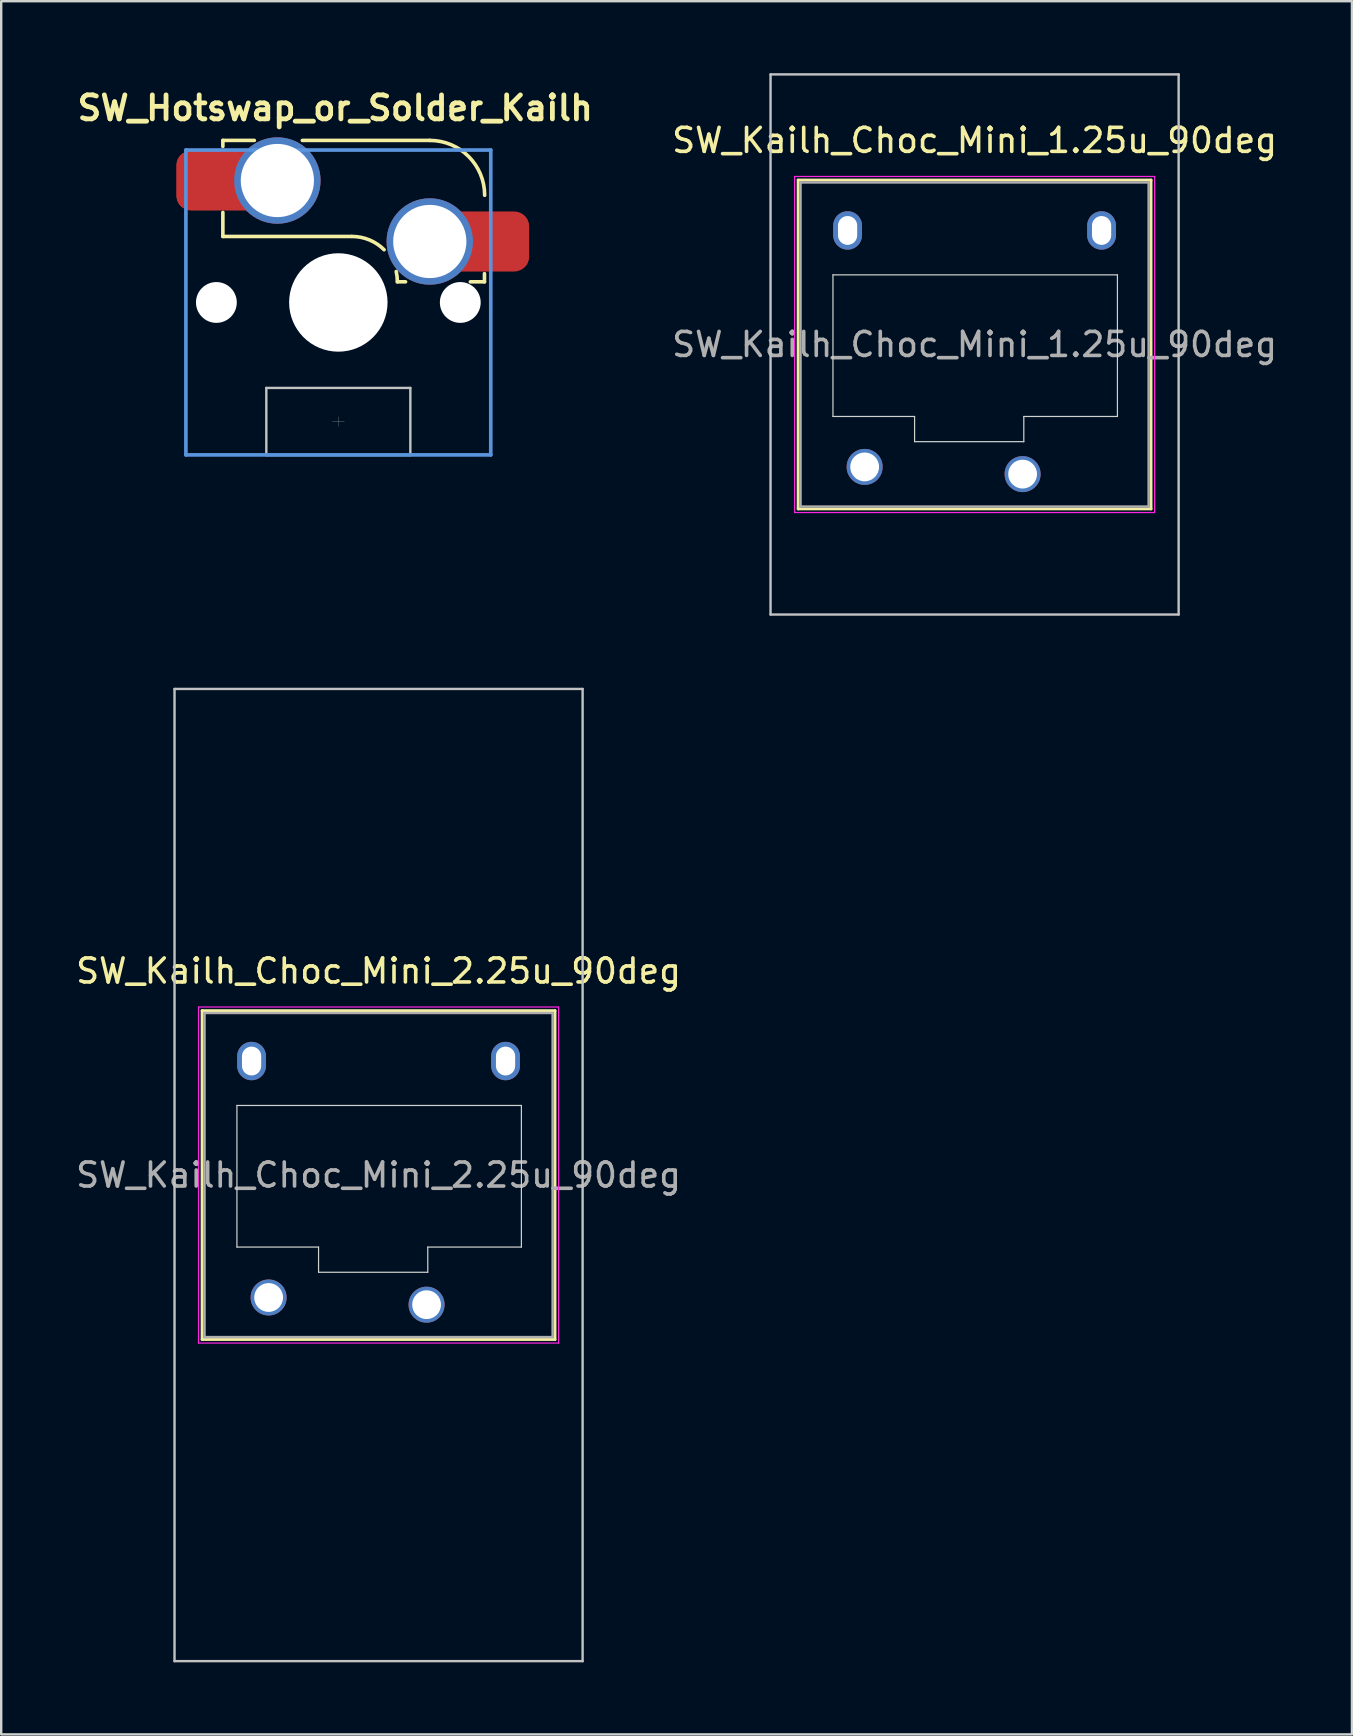
<source format=kicad_pcb>
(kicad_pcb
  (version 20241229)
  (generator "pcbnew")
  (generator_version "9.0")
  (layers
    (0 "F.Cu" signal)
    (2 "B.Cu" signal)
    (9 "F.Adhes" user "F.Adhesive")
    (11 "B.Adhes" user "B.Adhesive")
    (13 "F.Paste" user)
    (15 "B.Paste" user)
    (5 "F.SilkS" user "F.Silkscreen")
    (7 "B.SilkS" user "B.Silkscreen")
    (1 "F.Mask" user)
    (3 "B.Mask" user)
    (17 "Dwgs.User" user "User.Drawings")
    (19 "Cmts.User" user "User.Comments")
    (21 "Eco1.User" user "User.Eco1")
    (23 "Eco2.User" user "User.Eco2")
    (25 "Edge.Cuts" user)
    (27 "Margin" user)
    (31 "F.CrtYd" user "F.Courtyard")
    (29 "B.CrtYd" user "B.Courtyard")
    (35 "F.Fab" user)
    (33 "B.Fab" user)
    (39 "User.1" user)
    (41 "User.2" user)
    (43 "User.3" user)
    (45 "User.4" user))
  (footprint "SW_Hotswap_or_Solder_Kailh"
    (layer "F.Cu")
    (at 11.044 9.55)
    (property "Reference" "SW_Hotswap_or_Solder_Kailh" (at -0.13 -8.1 0) (layer "F.SilkS") (effects (font (size 1 1) (thickness 0.2))))
    (attr smd)
    (fp_line (start -4.81 -6.75) (end -4.81 -6.5) (stroke (width 0.15) (type solid)) (layer "F.SilkS"))
    (fp_line (start -4.81 -6.75) (end -3.5 -6.75) (stroke (width 0.15) (type solid)) (layer "F.SilkS"))
    (fp_line (start -4.81 -3.75) (end -4.81 -2.75) (stroke (width 0.15) (type solid)) (layer "F.SilkS"))
    (fp_line (start -4.81 -2.75) (end 0.55 -2.75) (stroke (width 0.15) (type solid)) (layer "F.SilkS"))
    (fp_line (start -1.5 -6.75) (end 3.81 -6.75) (stroke (width 0.15) (type solid)) (layer "F.SilkS"))
    (fp_line (start 2.8 -0.86) (end 2.46 -0.86) (stroke (width 0.15) (type solid)) (layer "F.SilkS"))
    (fp_line (start 6.088 -1.2) (end 6.088 -0.86) (stroke (width 0.15) (type solid)) (layer "F.SilkS"))
    (fp_line (start 6.088 -0.86) (end 5.5 -0.86) (stroke (width 0.15) (type solid)) (layer "F.SilkS"))
    (fp_arc (start 0.57 -2.75) (mid 1.293272 -2.606132) (end 1.906432 -2.196432) (stroke (width 0.15) (type solid)) (layer "F.SilkS"))
    (fp_arc (start 2.412003 -1.288719) (mid 2.447963 -1.075699) (end 2.46 -0.86) (stroke (width 0.15) (type solid)) (layer "F.SilkS"))
    (fp_arc (start 3.81 -6.751) (mid 5.426446 -6.081446) (end 6.096 -4.465) (stroke (width 0.15) (type solid)) (layer "F.SilkS"))
    (fp_line (start -9.55 0) (end -9.5 -0.1) (stroke (width 0.001) (type solid)) (layer "Dwgs.User"))
    (fp_line (start -9.55 0) (end -9.5 0.1) (stroke (width 0.001) (type solid)) (layer "Dwgs.User"))
    (fp_line (start -9.5 -9.5) (end 9.5 -9.5) (stroke (width 0.001) (type solid)) (layer "Dwgs.User"))
    (fp_line (start -9.5 0) (end -9.55 0) (stroke (width 0.001) (type solid)) (layer "Dwgs.User"))
    (fp_line (start -9.5 9.5) (end -9.5 -9.5) (stroke (width 0.001) (type solid)) (layer "Dwgs.User"))
    (fp_line (start -3 3.56) (end -3 6.36) (stroke (width 0.1) (type solid)) (layer "Dwgs.User"))
    (fp_line (start -3 3.56) (end 3 3.56) (stroke (width 0.1) (type solid)) (layer "Dwgs.User"))
    (fp_line (start -0.25 4.96) (end 0.25 4.96) (stroke (width 0.01) (type solid)) (layer "Dwgs.User"))
    (fp_line (start 0 -9.55) (end -0.1 -9.5) (stroke (width 0.001) (type solid)) (layer "Dwgs.User"))
    (fp_line (start 0 -9.55) (end 0.1 -9.5) (stroke (width 0.001) (type solid)) (layer "Dwgs.User"))
    (fp_line (start 0 -9.5) (end 0 -9.55) (stroke (width 0.001) (type solid)) (layer "Dwgs.User"))
    (fp_line (start 0 5.16) (end 0 4.76) (stroke (width 0.01) (type solid)) (layer "Dwgs.User"))
    (fp_line (start 0 9.5) (end 0 9.55) (stroke (width 0.001) (type solid)) (layer "Dwgs.User"))
    (fp_line (start 0 9.55) (end -0.1 9.5) (stroke (width 0.001) (type solid)) (layer "Dwgs.User"))
    (fp_line (start 0 9.55) (end 0.1 9.5) (stroke (width 0.001) (type solid)) (layer "Dwgs.User"))
    (fp_line (start 3 3.56) (end 3 6.36) (stroke (width 0.1) (type solid)) (layer "Dwgs.User"))
    (fp_line (start 3 6.36) (end -3 6.36) (stroke (width 0.1) (type solid)) (layer "Dwgs.User"))
    (fp_line (start 9.5 -9.5) (end 9.5 9.5) (stroke (width 0.001) (type solid)) (layer "Dwgs.User"))
    (fp_line (start 9.5 0) (end 9.55 0) (stroke (width 0.001) (type solid)) (layer "Dwgs.User"))
    (fp_line (start 9.5 9.5) (end -9.5 9.5) (stroke (width 0.001) (type solid)) (layer "Dwgs.User"))
    (fp_line (start 9.55 0) (end 9.5 -0.1) (stroke (width 0.001) (type solid)) (layer "Dwgs.User"))
    (fp_line (start 9.55 0) (end 9.5 0.1) (stroke (width 0.001) (type solid)) (layer "Dwgs.User"))
    (fp_line (start -6.35 -6.35) (end 6.35 -6.35) (stroke (width 0.152) (type solid)) (layer "Cmts.User"))
    (fp_line (start -6.35 6.35) (end -6.35 -6.35) (stroke (width 0.152) (type solid)) (layer "Cmts.User"))
    (fp_line (start 0 1) (end 0 -1) (stroke (width 0.001) (type solid)) (layer "Cmts.User"))
    (fp_line (start 1 0) (end -1 0) (stroke (width 0.001) (type solid)) (layer "Cmts.User"))
    (fp_line (start 6.35 -6.35) (end 6.35 6.35) (stroke (width 0.152) (type solid)) (layer "Cmts.User"))
    (fp_line (start 6.35 6.35) (end -6.35 6.35) (stroke (width 0.152) (type solid)) (layer "Cmts.User"))
    (fp_line (start -7.8 -6.985) (end 7.8 -6.985) (stroke (width 0.152) (type solid)) (layer "Eco1.User"))
    (fp_line (start -7.8 6.985) (end -7.8 -6.985) (stroke (width 0.152) (type solid)) (layer "Eco1.User"))
    (fp_line (start 7.8 -6.985) (end 7.8 6.985) (stroke (width 0.152) (type solid)) (layer "Eco1.User"))
    (fp_line (start 7.8 6.985) (end -7.8 6.985) (stroke (width 0.152) (type solid)) (layer "Eco1.User"))
    (fp_line (start -7 -7) (end 7 -7) (stroke (width 0.01) (type solid)) (layer "Eco2.User"))
    (fp_line (start -7 7) (end -7 -7) (stroke (width 0.01) (type solid)) (layer "Eco2.User"))
    (fp_line (start 7 -7) (end 7 7) (stroke (width 0.01) (type solid)) (layer "Eco2.User"))
    (fp_line (start 7 7) (end -7 7) (stroke (width 0.01) (type solid)) (layer "Eco2.User"))
    (pad "" np_thru_hole circle (at -5.08 0) (size 1.7 1.7) (drill 1.7) (layers "*.Cu" "*.Mask"))
    (pad "" np_thru_hole circle (at 0 0) (size 4.1 4.1) (drill 4.1) (layers "*.Cu" "*.Mask"))
    (pad "" np_thru_hole circle (at 5.08 0) (size 1.7 1.7) (drill 1.7) (layers "*.Cu" "*.Mask"))
    (pad "1" smd roundrect (at -5.7 -5.075) (size 2.05 2.4) (layers "F.Cu" "F.Mask" "F.Paste") (roundrect_rratio 0.25))
    (pad "1" smd roundrect (at -5 -5.08) (size 3.5 2.5) (layers "F.Cu") (roundrect_rratio 0.25))
    (pad "1" thru_hole circle (at -2.54 -5.08) (size 3.6 3.6) (drill 3.05) (layers "*.Cu" "F.Mask"))
    (pad "2" thru_hole circle (at 3.81 -2.54) (size 3.6 3.6) (drill 3.05) (layers "*.Cu" "F.Mask"))
    (pad "2" smd roundrect (at 6.2 -2.54) (size 3.5 2.5) (layers "F.Cu") (roundrect_rratio 0.25))
    (pad "2" smd roundrect (at 6.9 -2.54) (size 2.05 2.4) (layers "F.Cu" "F.Mask" "F.Paste") (roundrect_rratio 0.25)))
  (footprint "SW_Kailh_Choc_Mini_1.25u_90deg"
    (layer "F.Cu")
    (at 37.549 11.3)
    (property "Reference" "SW_Kailh_Choc_Mini_1.25u_90deg" (at 0 -8.5 0) (layer "F.SilkS") (effects (font (size 1 1) (thickness 0.15))))
    (attr through_hole)
    (fp_line (start -7.35 -6.85) (end -7.35 6.85) (stroke (width 0.12) (type solid)) (layer "F.SilkS"))
    (fp_line (start -7.35 6.85) (end 7.35 6.85) (stroke (width 0.12) (type solid)) (layer "F.SilkS"))
    (fp_line (start 7.35 -6.85) (end -7.35 -6.85) (stroke (width 0.12) (type solid)) (layer "F.SilkS"))
    (fp_line (start 7.35 6.85) (end 7.35 -6.85) (stroke (width 0.12) (type solid)) (layer "F.SilkS"))
    (fp_line (start -8.5 -11.25) (end 8.5 -11.25) (stroke (width 0.1) (type solid)) (layer "Dwgs.User"))
    (fp_line (start -8.5 11.25) (end -8.5 -11.25) (stroke (width 0.1) (type solid)) (layer "Dwgs.User"))
    (fp_line (start 8.5 -11.25) (end 8.5 11.25) (stroke (width 0.1) (type solid)) (layer "Dwgs.User"))
    (fp_line (start 8.5 11.25) (end -8.5 11.25) (stroke (width 0.1) (type solid)) (layer "Dwgs.User"))
    (fp_line (start -6.85 -6.35) (end -6.85 6.35) (stroke (width 0.1) (type solid)) (layer "Eco1.User"))
    (fp_line (start -6.85 6.35) (end 6.85 6.35) (stroke (width 0.1) (type solid)) (layer "Eco1.User"))
    (fp_line (start 6.85 -6.35) (end -6.85 -6.35) (stroke (width 0.1) (type solid)) (layer "Eco1.User"))
    (fp_line (start 6.85 6.35) (end 6.85 -6.35) (stroke (width 0.1) (type solid)) (layer "Eco1.User"))
    (fp_line (start -5.9 -2.9) (end -5.9 3) (stroke (width 0.05) (type solid)) (layer "Edge.Cuts"))
    (fp_line (start -5.9 3) (end -2.5 3) (stroke (width 0.05) (type solid)) (layer "Edge.Cuts"))
    (fp_line (start -2.5 3) (end -2.5 4.05) (stroke (width 0.05) (type solid)) (layer "Edge.Cuts"))
    (fp_line (start -2.5 4.05) (end 2.05 4.05) (stroke (width 0.05) (type solid)) (layer "Edge.Cuts"))
    (fp_line (start 2.05 3) (end 5.95 3) (stroke (width 0.05) (type solid)) (layer "Edge.Cuts"))
    (fp_line (start 2.05 4.05) (end 2.05 3) (stroke (width 0.05) (type solid)) (layer "Edge.Cuts"))
    (fp_line (start 5.95 -2.9) (end -5.9 -2.9) (stroke (width 0.05) (type solid)) (layer "Edge.Cuts"))
    (fp_line (start 5.95 3) (end 5.95 -2.9) (stroke (width 0.05) (type solid)) (layer "Edge.Cuts"))
    (fp_line (start -7.5 -7) (end -7.5 7) (stroke (width 0.05) (type solid)) (layer "F.CrtYd"))
    (fp_line (start -7.5 7) (end 7.5 7) (stroke (width 0.05) (type solid)) (layer "F.CrtYd"))
    (fp_line (start 7.5 -7) (end -7.5 -7) (stroke (width 0.05) (type solid)) (layer "F.CrtYd"))
    (fp_line (start 7.5 7) (end 7.5 -7) (stroke (width 0.05) (type solid)) (layer "F.CrtYd"))
    (fp_line (start -7.25 -6.75) (end -7.25 6.75) (stroke (width 0.1) (type solid)) (layer "F.Fab"))
    (fp_line (start -7.25 6.75) (end 7.25 6.75) (stroke (width 0.1) (type solid)) (layer "F.Fab"))
    (fp_line (start 7.25 -6.75) (end -7.25 -6.75) (stroke (width 0.1) (type solid)) (layer "F.Fab"))
    (fp_line (start 7.25 6.75) (end 7.25 -6.75) (stroke (width 0.1) (type solid)) (layer "F.Fab"))
    (fp_text user "${REFERENCE}" (at 0 0 0) (layer "F.Fab") (effects (font (size 1 1) (thickness 0.15))))
    (pad "" np_thru_hole oval (at -5.29 -4.75) (size 1.2 1.6) (drill oval 0.8 1.2) (layers "*.Cu" "*.Mask"))
    (pad "" np_thru_hole oval (at 5.29 -4.75) (size 1.2 1.6) (drill oval 0.8 1.2) (layers "*.Cu" "*.Mask"))
    (pad "1" thru_hole circle (at 2 5.4) (size 1.5 1.5) (drill 1.2) (layers "*.Cu" "*.Mask"))
    (pad "2" thru_hole circle (at -4.58 5.1) (size 1.5 1.5) (drill 1.2) (layers "*.Cu" "*.Mask")))
  (footprint "SW_Kailh_Choc_Mini_2.25u_90deg"
    (layer "F.Cu")
    (at 12.72 45.9)
    (property "Reference" "SW_Kailh_Choc_Mini_2.25u_90deg" (at 0 -8.5 0) (layer "F.SilkS") (effects (font (size 1 1) (thickness 0.15))))
    (attr through_hole)
    (fp_line (start -7.35 -6.85) (end -7.35 6.85) (stroke (width 0.12) (type solid)) (layer "F.SilkS"))
    (fp_line (start -7.35 6.85) (end 7.35 6.85) (stroke (width 0.12) (type solid)) (layer "F.SilkS"))
    (fp_line (start 7.35 -6.85) (end -7.35 -6.85) (stroke (width 0.12) (type solid)) (layer "F.SilkS"))
    (fp_line (start 7.35 6.85) (end 7.35 -6.85) (stroke (width 0.12) (type solid)) (layer "F.SilkS"))
    (fp_line (start -8.5 -20.25) (end 8.5 -20.25) (stroke (width 0.1) (type solid)) (layer "Dwgs.User"))
    (fp_line (start -8.5 20.25) (end -8.5 -20.25) (stroke (width 0.1) (type solid)) (layer "Dwgs.User"))
    (fp_line (start 8.5 -20.25) (end 8.5 20.25) (stroke (width 0.1) (type solid)) (layer "Dwgs.User"))
    (fp_line (start 8.5 20.25) (end -8.5 20.25) (stroke (width 0.1) (type solid)) (layer "Dwgs.User"))
    (fp_line (start -6.85 -6.35) (end -6.85 6.35) (stroke (width 0.1) (type solid)) (layer "Eco1.User"))
    (fp_line (start -6.85 6.35) (end 6.85 6.35) (stroke (width 0.1) (type solid)) (layer "Eco1.User"))
    (fp_line (start 6.85 -6.35) (end -6.85 -6.35) (stroke (width 0.1) (type solid)) (layer "Eco1.User"))
    (fp_line (start 6.85 6.35) (end 6.85 -6.35) (stroke (width 0.1) (type solid)) (layer "Eco1.User"))
    (fp_line (start -5.9 -2.9) (end -5.9 3) (stroke (width 0.05) (type solid)) (layer "Edge.Cuts"))
    (fp_line (start -5.9 3) (end -2.5 3) (stroke (width 0.05) (type solid)) (layer "Edge.Cuts"))
    (fp_line (start -2.5 3) (end -2.5 4.05) (stroke (width 0.05) (type solid)) (layer "Edge.Cuts"))
    (fp_line (start -2.5 4.05) (end 2.05 4.05) (stroke (width 0.05) (type solid)) (layer "Edge.Cuts"))
    (fp_line (start 2.05 3) (end 5.95 3) (stroke (width 0.05) (type solid)) (layer "Edge.Cuts"))
    (fp_line (start 2.05 4.05) (end 2.05 3) (stroke (width 0.05) (type solid)) (layer "Edge.Cuts"))
    (fp_line (start 5.95 -2.9) (end -5.9 -2.9) (stroke (width 0.05) (type solid)) (layer "Edge.Cuts"))
    (fp_line (start 5.95 3) (end 5.95 -2.9) (stroke (width 0.05) (type solid)) (layer "Edge.Cuts"))
    (fp_line (start -7.5 -7) (end -7.5 7) (stroke (width 0.05) (type solid)) (layer "F.CrtYd"))
    (fp_line (start -7.5 7) (end 7.5 7) (stroke (width 0.05) (type solid)) (layer "F.CrtYd"))
    (fp_line (start 7.5 -7) (end -7.5 -7) (stroke (width 0.05) (type solid)) (layer "F.CrtYd"))
    (fp_line (start 7.5 7) (end 7.5 -7) (stroke (width 0.05) (type solid)) (layer "F.CrtYd"))
    (fp_line (start -7.25 -6.75) (end -7.25 6.75) (stroke (width 0.1) (type solid)) (layer "F.Fab"))
    (fp_line (start -7.25 6.75) (end 7.25 6.75) (stroke (width 0.1) (type solid)) (layer "F.Fab"))
    (fp_line (start 7.25 -6.75) (end -7.25 -6.75) (stroke (width 0.1) (type solid)) (layer "F.Fab"))
    (fp_line (start 7.25 6.75) (end 7.25 -6.75) (stroke (width 0.1) (type solid)) (layer "F.Fab"))
    (fp_text user "${REFERENCE}" (at 0 0 0) (layer "F.Fab") (effects (font (size 1 1) (thickness 0.15))))
    (pad "" np_thru_hole oval (at -5.29 -4.75) (size 1.2 1.6) (drill oval 0.8 1.2) (layers "*.Cu" "*.Mask"))
    (pad "" np_thru_hole oval (at 5.29 -4.75) (size 1.2 1.6) (drill oval 0.8 1.2) (layers "*.Cu" "*.Mask"))
    (pad "1" thru_hole circle (at 2 5.4) (size 1.5 1.5) (drill 1.2) (layers "*.Cu" "*.Mask"))
    (pad "2" thru_hole circle (at -4.58 5.1) (size 1.5 1.5) (drill 1.2) (layers "*.Cu" "*.Mask")))
  (gr_rect
    (start -3 -3)
    (end 53.269 69.2)
    (stroke (width 0.1) (type default))
    (fill no)
    (layer "Edge.Cuts")))
</source>
